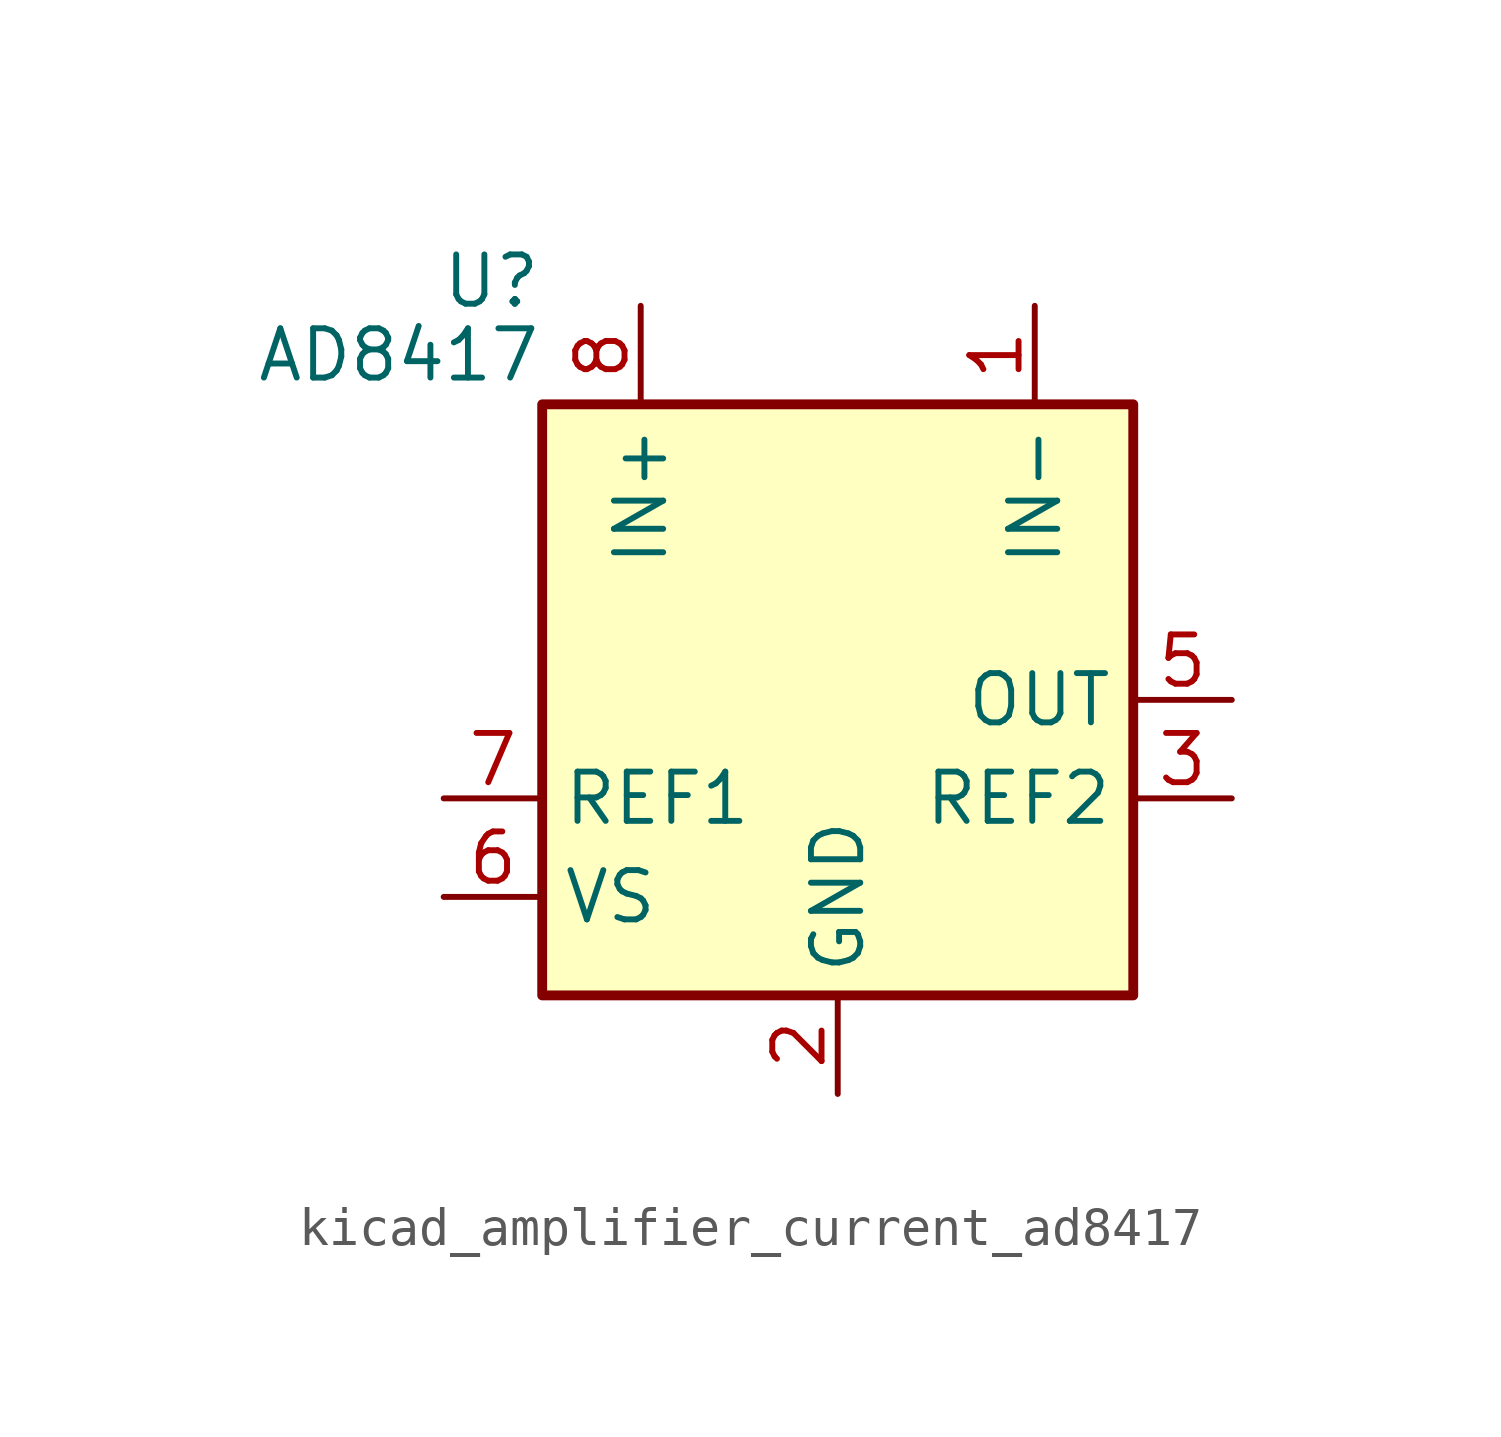
<source format=kicad_sym>
(kicad_symbol_lib
  (version 20220914)
  (generator kicad_symbol_editor)
  (symbol "kicad_amplifier_current_ad8417"
    (property "Reference" "U"
      (at -7.62 10.795 0)
      (effects (font (size 1.27 1.27)) (justify right)))
    (property "Value" "AD8417"
      (at -7.62 8.89 0)
      (effects (font (size 1.27 1.27)) (justify right)))
    (symbol "kicad_amplifier_current_ad8417_0_1"
      (rectangle (start -7.62 7.62) (end 7.62 -7.62) (stroke (width 0.254) (type default)) (fill (type background))))
    (symbol "kicad_amplifier_current_ad8417_1_1"
      (pin input line (at 5.08 10.16 270) (length 2.54) (name "IN-" (effects (font (size 1.27 1.27)))) (number "1" (effects (font (size 1.27 1.27)))))
      (pin power_in line (at 0 -10.16 90) (length 2.54) (name "GND" (effects (font (size 1.27 1.27)))) (number "2" (effects (font (size 1.27 1.27)))))
      (pin input line (at 10.16 -2.54 180) (length 2.54) (name "REF2" (effects (font (size 1.27 1.27)))) (number "3" (effects (font (size 1.27 1.27)))))
      (pin no_connect line (at 2.54 -7.62 90) (length 2.54) hide (name "NC" (effects (font (size 1.27 1.27)))) (number "4" (effects (font (size 1.27 1.27)))))
      (pin output line (at 10.16 0 180) (length 2.54) (name "OUT" (effects (font (size 1.27 1.27)))) (number "5" (effects (font (size 1.27 1.27)))))
      (pin power_in line (at -10.16 -5.08 0) (length 2.54) (name "VS" (effects (font (size 1.27 1.27)))) (number "6" (effects (font (size 1.27 1.27)))))
      (pin input line (at -10.16 -2.54 0) (length 2.54) (name "REF1" (effects (font (size 1.27 1.27)))) (number "7" (effects (font (size 1.27 1.27)))))
      (pin input line (at -5.08 10.16 270) (length 2.54) (name "IN+" (effects (font (size 1.27 1.27)))) (number "8" (effects (font (size 1.27 1.27))))))))
</source>
